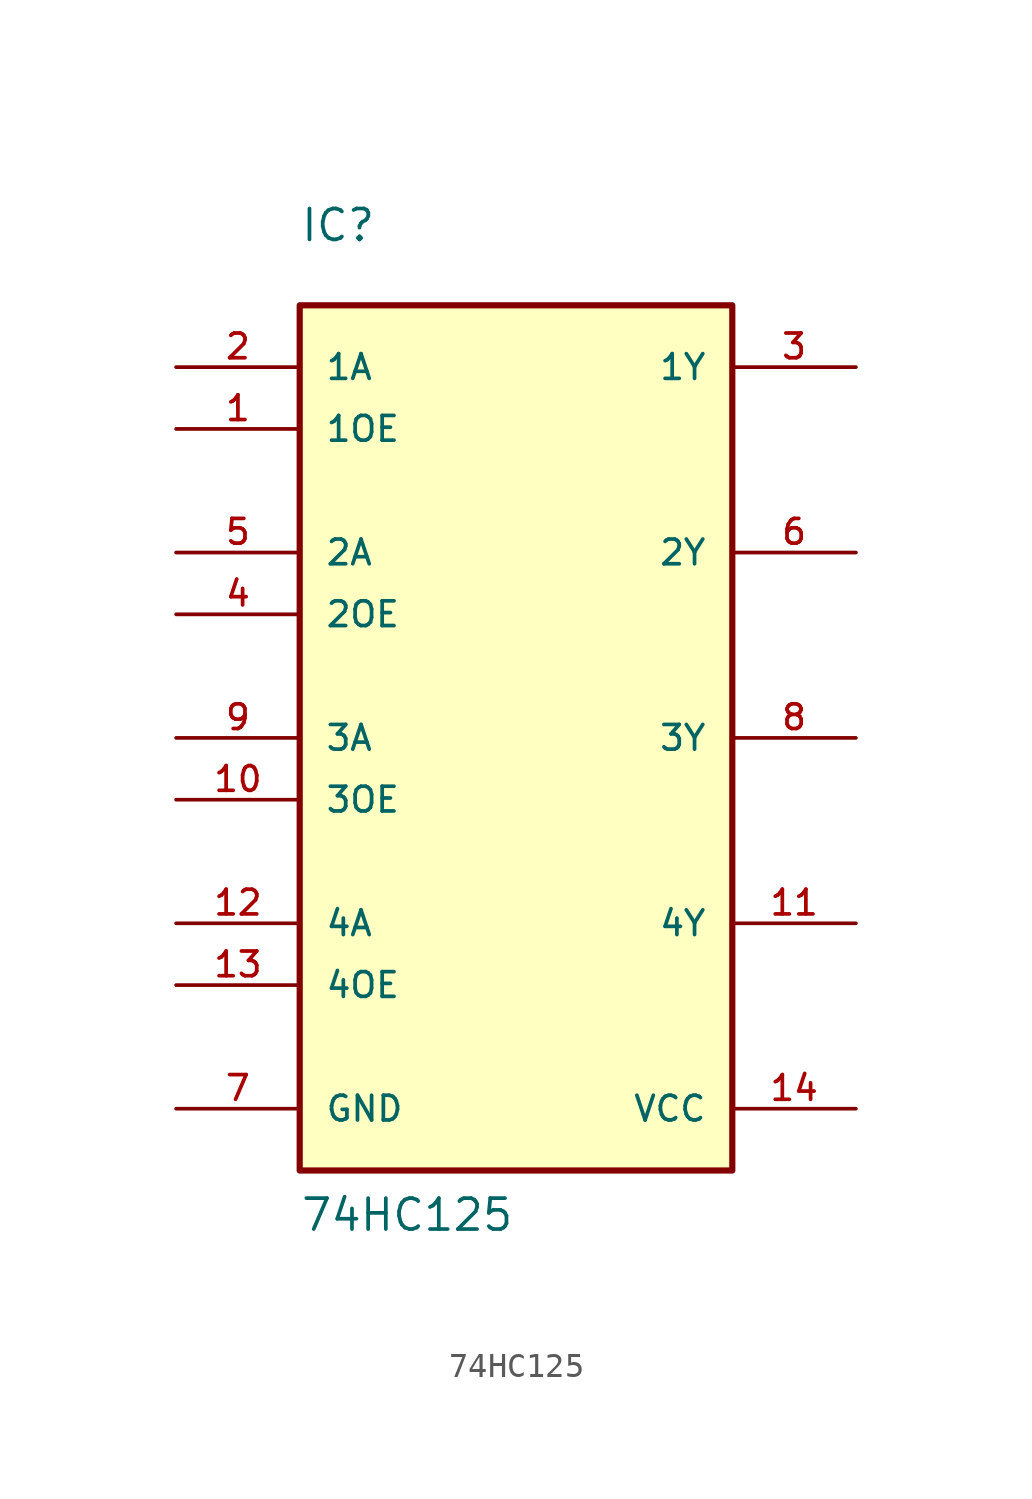
<source format=kicad_sym>
(kicad_symbol_lib
  (version 20211014)
  (generator kicad_symbol_editor)
  (symbol "74HC125"
    (pin_names
      (offset 1.016))
    (property "Reference" "IC"
      (at -5.081 22.866 0)
      (effects (font (size 1.27 1.27)) (justify bottom left)))
    (property "Value" "74HC125"
      (at -5.088 -17.809 0)
      (effects (font (size 1.27 1.27)) (justify bottom left)))
    (symbol "74HC125_0_0"
      (rectangle (start -5.08 -15.24) (end 12.7 20.32) (stroke (width 0.254)) (fill (type background)))
      (pin bidirectional line (at -10.16 17.78 0) (length 5.08) (name "1A" (effects (font (size 1.016 1.016)))) (number "2" (effects (font (size 1.016 1.016)))))
      (pin bidirectional line (at -10.16 15.24 0) (length 5.08) (name "1OE" (effects (font (size 1.016 1.016)))) (number "1" (effects (font (size 1.016 1.016)))))
      (pin bidirectional line (at -10.16 10.16 0) (length 5.08) (name "2A" (effects (font (size 1.016 1.016)))) (number "5" (effects (font (size 1.016 1.016)))))
      (pin bidirectional line (at -10.16 7.62 0) (length 5.08) (name "2OE" (effects (font (size 1.016 1.016)))) (number "4" (effects (font (size 1.016 1.016)))))
      (pin bidirectional line (at -10.16 2.54 0) (length 5.08) (name "3A" (effects (font (size 1.016 1.016)))) (number "9" (effects (font (size 1.016 1.016)))))
      (pin bidirectional line (at -10.16 0.0 0) (length 5.08) (name "3OE" (effects (font (size 1.016 1.016)))) (number "10" (effects (font (size 1.016 1.016)))))
      (pin bidirectional line (at -10.16 -5.08 0) (length 5.08) (name "4A" (effects (font (size 1.016 1.016)))) (number "12" (effects (font (size 1.016 1.016)))))
      (pin bidirectional line (at -10.16 -7.62 0) (length 5.08) (name "4OE" (effects (font (size 1.016 1.016)))) (number "13" (effects (font (size 1.016 1.016)))))
      (pin bidirectional line (at 17.78 17.78 180.0) (length 5.08) (name "1Y" (effects (font (size 1.016 1.016)))) (number "3" (effects (font (size 1.016 1.016)))))
      (pin bidirectional line (at 17.78 10.16 180.0) (length 5.08) (name "2Y" (effects (font (size 1.016 1.016)))) (number "6" (effects (font (size 1.016 1.016)))))
      (pin bidirectional line (at 17.78 2.54 180.0) (length 5.08) (name "3Y" (effects (font (size 1.016 1.016)))) (number "8" (effects (font (size 1.016 1.016)))))
      (pin bidirectional line (at 17.78 -5.08 180.0) (length 5.08) (name "4Y" (effects (font (size 1.016 1.016)))) (number "11" (effects (font (size 1.016 1.016)))))
      (pin bidirectional line (at -10.16 -12.7 0) (length 5.08) (name "GND" (effects (font (size 1.016 1.016)))) (number "7" (effects (font (size 1.016 1.016)))))
      (pin bidirectional line (at 17.78 -12.7 180.0) (length 5.08) (name "VCC" (effects (font (size 1.016 1.016)))) (number "14" (effects (font (size 1.016 1.016))))))))
</source>
